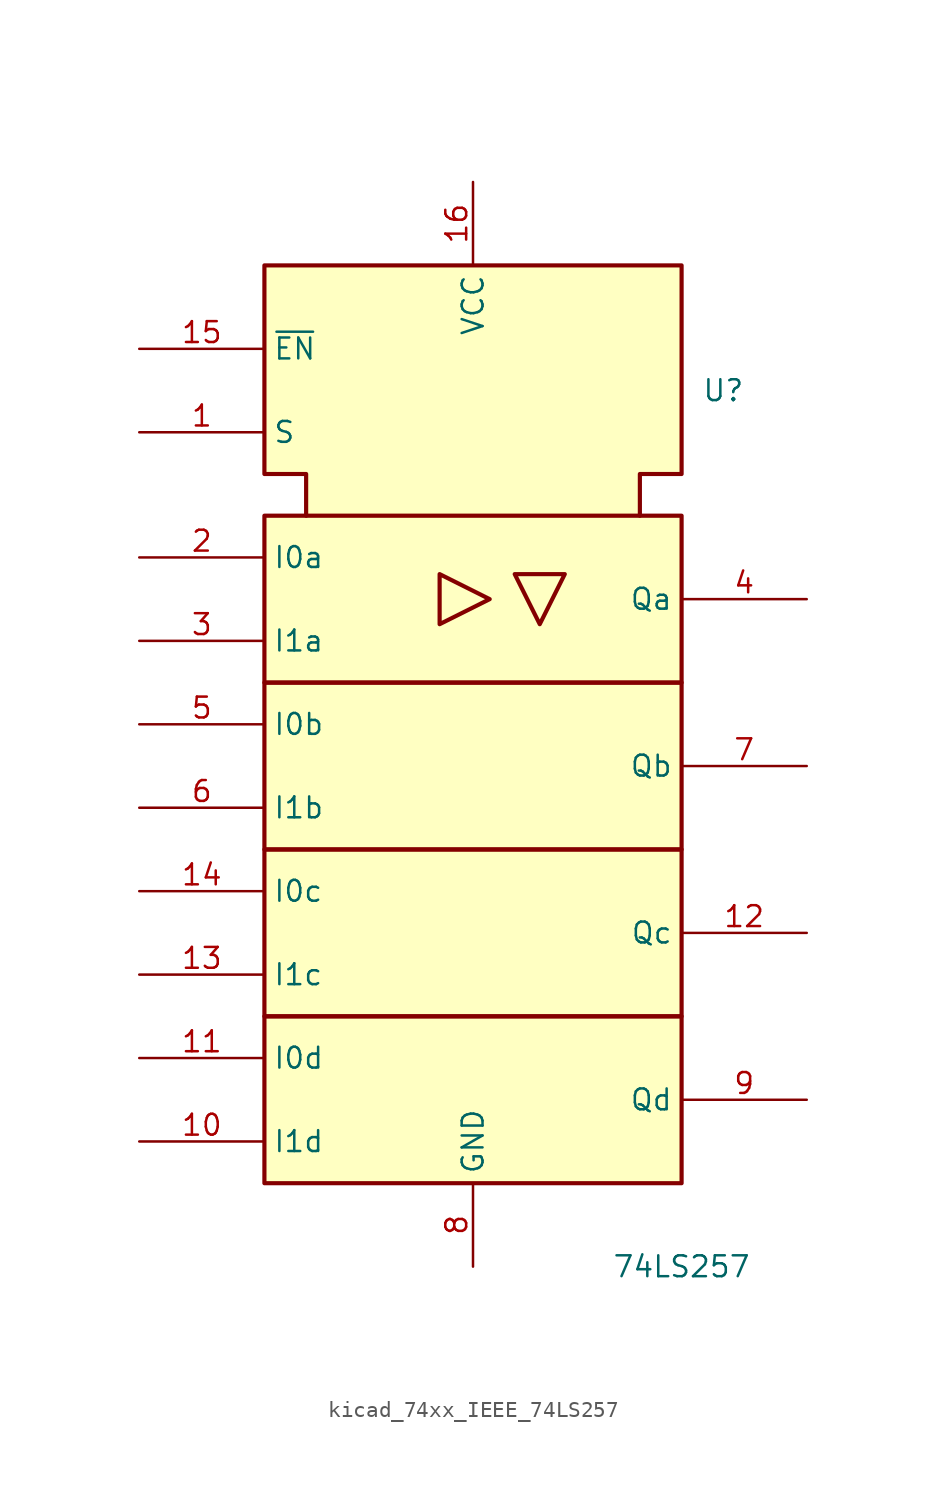
<source format=kicad_sym>
(kicad_symbol_lib
  (version 20220914)
  (generator kicad_symbol_editor)
  (symbol "kicad_74xx_IEEE_74LS257"
    (property "Reference" "U"
      (at 15.24 20.32 0)
      (effects (font (size 1.27 1.27))))
    (property "Value" "74LS257"
      (at 12.7 -33.02 0)
      (effects (font (size 1.27 1.27))))
    (symbol "kicad_74xx_IEEE_74LS257_0_0"
      (rectangle (start -12.7 -17.78) (end 12.7 -27.94) (stroke (width 0.254) (type default)) (fill (type background)))
      (rectangle (start -12.7 -7.62) (end 12.7 -17.78) (stroke (width 0.254) (type default)) (fill (type background)))
      (rectangle (start -12.7 2.54) (end 12.7 -7.62) (stroke (width 0.254) (type default)) (fill (type background)))
      (rectangle (start -12.7 12.7) (end 12.7 2.54) (stroke (width 0.254) (type default)) (fill (type background)))
      (polyline (pts (xy -2.032 9.144) (xy -2.032 6.096) (xy 1.016 7.62) (xy -2.032 9.144) (xy -2.032 9.144)) (stroke (width 0.254) (type default)) (fill (type background)))
      (polyline (pts (xy 5.588 9.144) (xy 2.54 9.144) (xy 4.064 6.096) (xy 5.588 9.144) (xy 5.588 9.144)) (stroke (width 0.254) (type default)) (fill (type background)))
      (polyline (pts (xy -10.16 12.7) (xy -10.16 15.24) (xy -12.7 15.24) (xy -12.7 27.94) (xy 12.7 27.94) (xy 12.7 15.24) (xy 10.16 15.24) (xy 10.16 12.7) (xy 10.16 12.7)) (stroke (width 0.254) (type default)) (fill (type background)))
      (pin power_in line (at 0 33.02 270) (length 5.08) (name "VCC" (effects (font (size 1.27 1.27)))) (number "16" (effects (font (size 1.27 1.27)))))
      (pin power_in line (at 0 -33.02 90) (length 5.08) (name "GND" (effects (font (size 1.27 1.27)))) (number "8" (effects (font (size 1.27 1.27))))))
    (symbol "kicad_74xx_IEEE_74LS257_1_1"
      (pin input line (at -20.32 17.78 0) (length 7.62) (name "S" (effects (font (size 1.27 1.27)))) (number "1" (effects (font (size 1.27 1.27)))))
      (pin input line (at -20.32 -25.4 0) (length 7.62) (name "I1d" (effects (font (size 1.27 1.27)))) (number "10" (effects (font (size 1.27 1.27)))))
      (pin input line (at -20.32 -20.32 0) (length 7.62) (name "I0d" (effects (font (size 1.27 1.27)))) (number "11" (effects (font (size 1.27 1.27)))))
      (pin tri_state line (at 20.32 -12.7 180) (length 7.62) (name "Qc" (effects (font (size 1.27 1.27)))) (number "12" (effects (font (size 1.27 1.27)))))
      (pin input line (at -20.32 -15.24 0) (length 7.62) (name "I1c" (effects (font (size 1.27 1.27)))) (number "13" (effects (font (size 1.27 1.27)))))
      (pin input line (at -20.32 -10.16 0) (length 7.62) (name "I0c" (effects (font (size 1.27 1.27)))) (number "14" (effects (font (size 1.27 1.27)))))
      (pin input line (at -20.32 22.86 0) (length 7.62) (name "~{EN}" (effects (font (size 1.27 1.27)))) (number "15" (effects (font (size 1.27 1.27)))))
      (pin input line (at -20.32 10.16 0) (length 7.62) (name "I0a" (effects (font (size 1.27 1.27)))) (number "2" (effects (font (size 1.27 1.27)))))
      (pin input line (at -20.32 5.08 0) (length 7.62) (name "I1a" (effects (font (size 1.27 1.27)))) (number "3" (effects (font (size 1.27 1.27)))))
      (pin tri_state line (at 20.32 7.62 180) (length 7.62) (name "Qa" (effects (font (size 1.27 1.27)))) (number "4" (effects (font (size 1.27 1.27)))))
      (pin input line (at -20.32 0 0) (length 7.62) (name "I0b" (effects (font (size 1.27 1.27)))) (number "5" (effects (font (size 1.27 1.27)))))
      (pin input line (at -20.32 -5.08 0) (length 7.62) (name "I1b" (effects (font (size 1.27 1.27)))) (number "6" (effects (font (size 1.27 1.27)))))
      (pin tri_state line (at 20.32 -2.54 180) (length 7.62) (name "Qb" (effects (font (size 1.27 1.27)))) (number "7" (effects (font (size 1.27 1.27)))))
      (pin tri_state line (at 20.32 -22.86 180) (length 7.62) (name "Qd" (effects (font (size 1.27 1.27)))) (number "9" (effects (font (size 1.27 1.27))))))))
</source>
